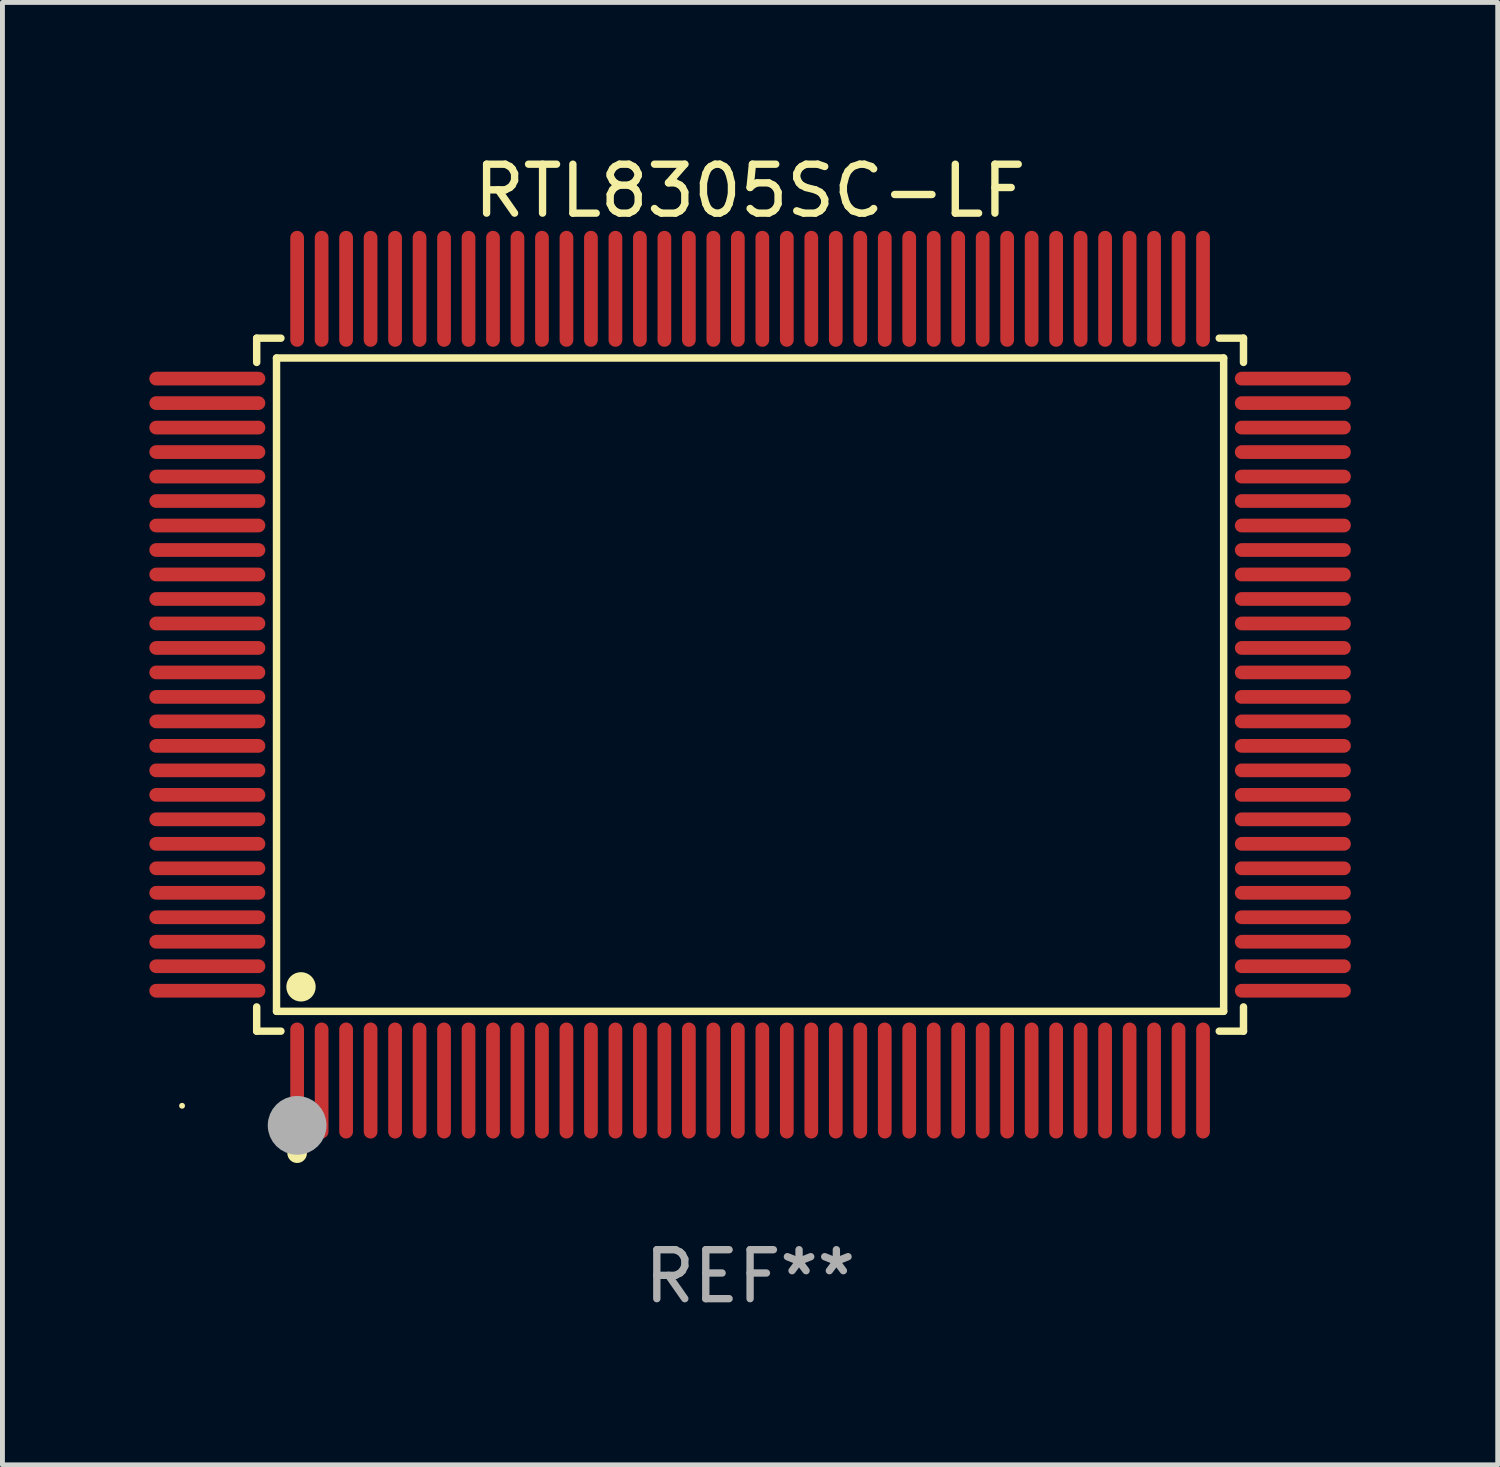
<source format=kicad_pcb>
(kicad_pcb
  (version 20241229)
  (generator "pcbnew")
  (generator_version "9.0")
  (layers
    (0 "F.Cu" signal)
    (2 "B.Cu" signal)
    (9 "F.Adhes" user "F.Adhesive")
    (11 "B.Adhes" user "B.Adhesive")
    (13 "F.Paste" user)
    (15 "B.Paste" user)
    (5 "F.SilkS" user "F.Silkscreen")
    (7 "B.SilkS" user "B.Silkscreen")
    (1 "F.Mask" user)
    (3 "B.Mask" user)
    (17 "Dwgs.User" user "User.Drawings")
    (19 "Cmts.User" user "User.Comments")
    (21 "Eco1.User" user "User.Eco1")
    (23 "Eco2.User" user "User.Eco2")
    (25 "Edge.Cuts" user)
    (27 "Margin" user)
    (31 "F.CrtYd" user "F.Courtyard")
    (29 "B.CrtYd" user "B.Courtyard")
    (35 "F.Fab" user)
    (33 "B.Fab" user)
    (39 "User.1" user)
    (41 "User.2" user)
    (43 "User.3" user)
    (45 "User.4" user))
  (footprint "RTL8305SC-LF"
    (layer "F.Cu")
    (at 12.268 10.932)
    (property "Reference" "RTL8305SC-LF" (at 0 -10.084 0) (layer "F.SilkS") (effects (font (size 1 1) (thickness 0.15))))
    (attr through_hole)
    (fp_line (start -10.076 -7.076) (end -9.581 -7.076) (stroke (width 0.152) (type solid)) (layer "F.SilkS"))
    (fp_line (start -10.076 -6.581) (end -10.076 -7.076) (stroke (width 0.152) (type solid)) (layer "F.SilkS"))
    (fp_line (start -10.076 6.581) (end -10.076 7.076) (stroke (width 0.152) (type solid)) (layer "F.SilkS"))
    (fp_line (start -10.076 7.076) (end -9.581 7.076) (stroke (width 0.152) (type solid)) (layer "F.SilkS"))
    (fp_line (start -9.671 -6.671) (end 9.671 -6.671) (stroke (width 0.152) (type solid)) (layer "F.SilkS"))
    (fp_line (start -9.671 6.671) (end -9.671 -6.671) (stroke (width 0.152) (type solid)) (layer "F.SilkS"))
    (fp_line (start 9.671 -6.671) (end 9.671 6.671) (stroke (width 0.152) (type solid)) (layer "F.SilkS"))
    (fp_line (start 9.671 6.671) (end -9.671 6.671) (stroke (width 0.152) (type solid)) (layer "F.SilkS"))
    (fp_line (start 10.076 -7.076) (end 9.581 -7.076) (stroke (width 0.152) (type solid)) (layer "F.SilkS"))
    (fp_line (start 10.076 -6.581) (end 10.076 -7.076) (stroke (width 0.152) (type solid)) (layer "F.SilkS"))
    (fp_line (start 10.076 6.581) (end 10.076 7.076) (stroke (width 0.152) (type solid)) (layer "F.SilkS"))
    (fp_line (start 10.076 7.076) (end 9.581 7.076) (stroke (width 0.152) (type solid)) (layer "F.SilkS"))
    (fp_circle (center -11.6 8.6) (end -11.57 8.6) (stroke (width 0.06) (type solid)) (fill no) (layer "F.SilkS"))
    (fp_circle (center -9.25 9.568) (end -9.15 9.568) (stroke (width 0.2) (type solid)) (fill no) (layer "F.SilkS"))
    (fp_circle (center -9.171 6.171) (end -9.021 6.171) (stroke (width 0.3) (type solid)) (fill no) (layer "F.SilkS"))
    (fp_circle (center -9.25 9) (end -8.95 9) (stroke (width 0.6) (type solid)) (fill no) (layer "F.Fab"))
    (fp_text user "REF**" (at 0 12.084 0) (layer "F.Fab") (effects (font (size 1 1) (thickness 0.15))))
    (pad "1" smd oval (at -9.25 8.084) (size 0.28 2.368) (layers "F.Cu" "F.Mask" "F.Paste"))
    (pad "2" smd oval (at -8.75 8.084) (size 0.28 2.368) (layers "F.Cu" "F.Mask" "F.Paste"))
    (pad "3" smd oval (at -8.25 8.084) (size 0.28 2.368) (layers "F.Cu" "F.Mask" "F.Paste"))
    (pad "4" smd oval (at -7.75 8.084) (size 0.28 2.368) (layers "F.Cu" "F.Mask" "F.Paste"))
    (pad "5" smd oval (at -7.25 8.084) (size 0.28 2.368) (layers "F.Cu" "F.Mask" "F.Paste"))
    (pad "6" smd oval (at -6.75 8.084) (size 0.28 2.368) (layers "F.Cu" "F.Mask" "F.Paste"))
    (pad "7" smd oval (at -6.25 8.084) (size 0.28 2.368) (layers "F.Cu" "F.Mask" "F.Paste"))
    (pad "8" smd oval (at -5.75 8.084) (size 0.28 2.368) (layers "F.Cu" "F.Mask" "F.Paste"))
    (pad "9" smd oval (at -5.25 8.084) (size 0.28 2.368) (layers "F.Cu" "F.Mask" "F.Paste"))
    (pad "10" smd oval (at -4.75 8.084) (size 0.28 2.368) (layers "F.Cu" "F.Mask" "F.Paste"))
    (pad "11" smd oval (at -4.25 8.084) (size 0.28 2.368) (layers "F.Cu" "F.Mask" "F.Paste"))
    (pad "12" smd oval (at -3.75 8.084) (size 0.28 2.368) (layers "F.Cu" "F.Mask" "F.Paste"))
    (pad "13" smd oval (at -3.25 8.084) (size 0.28 2.368) (layers "F.Cu" "F.Mask" "F.Paste"))
    (pad "14" smd oval (at -2.75 8.084) (size 0.28 2.368) (layers "F.Cu" "F.Mask" "F.Paste"))
    (pad "15" smd oval (at -2.25 8.084) (size 0.28 2.368) (layers "F.Cu" "F.Mask" "F.Paste"))
    (pad "16" smd oval (at -1.75 8.084) (size 0.28 2.368) (layers "F.Cu" "F.Mask" "F.Paste"))
    (pad "17" smd oval (at -1.25 8.084) (size 0.28 2.368) (layers "F.Cu" "F.Mask" "F.Paste"))
    (pad "18" smd oval (at -0.75 8.084) (size 0.28 2.368) (layers "F.Cu" "F.Mask" "F.Paste"))
    (pad "19" smd oval (at -0.25 8.084) (size 0.28 2.368) (layers "F.Cu" "F.Mask" "F.Paste"))
    (pad "20" smd oval (at 0.25 8.084) (size 0.28 2.368) (layers "F.Cu" "F.Mask" "F.Paste"))
    (pad "21" smd oval (at 0.75 8.084) (size 0.28 2.368) (layers "F.Cu" "F.Mask" "F.Paste"))
    (pad "22" smd oval (at 1.25 8.084) (size 0.28 2.368) (layers "F.Cu" "F.Mask" "F.Paste"))
    (pad "23" smd oval (at 1.75 8.084) (size 0.28 2.368) (layers "F.Cu" "F.Mask" "F.Paste"))
    (pad "24" smd oval (at 2.25 8.084) (size 0.28 2.368) (layers "F.Cu" "F.Mask" "F.Paste"))
    (pad "25" smd oval (at 2.75 8.084) (size 0.28 2.368) (layers "F.Cu" "F.Mask" "F.Paste"))
    (pad "26" smd oval (at 3.25 8.084) (size 0.28 2.368) (layers "F.Cu" "F.Mask" "F.Paste"))
    (pad "27" smd oval (at 3.75 8.084) (size 0.28 2.368) (layers "F.Cu" "F.Mask" "F.Paste"))
    (pad "28" smd oval (at 4.25 8.084) (size 0.28 2.368) (layers "F.Cu" "F.Mask" "F.Paste"))
    (pad "29" smd oval (at 4.75 8.084) (size 0.28 2.368) (layers "F.Cu" "F.Mask" "F.Paste"))
    (pad "30" smd oval (at 5.25 8.084) (size 0.28 2.368) (layers "F.Cu" "F.Mask" "F.Paste"))
    (pad "31" smd oval (at 5.75 8.084) (size 0.28 2.368) (layers "F.Cu" "F.Mask" "F.Paste"))
    (pad "32" smd oval (at 6.25 8.084) (size 0.28 2.368) (layers "F.Cu" "F.Mask" "F.Paste"))
    (pad "33" smd oval (at 6.75 8.084) (size 0.28 2.368) (layers "F.Cu" "F.Mask" "F.Paste"))
    (pad "34" smd oval (at 7.25 8.084) (size 0.28 2.368) (layers "F.Cu" "F.Mask" "F.Paste"))
    (pad "35" smd oval (at 7.75 8.084) (size 0.28 2.368) (layers "F.Cu" "F.Mask" "F.Paste"))
    (pad "36" smd oval (at 8.25 8.084) (size 0.28 2.368) (layers "F.Cu" "F.Mask" "F.Paste"))
    (pad "37" smd oval (at 8.75 8.084) (size 0.28 2.368) (layers "F.Cu" "F.Mask" "F.Paste"))
    (pad "38" smd oval (at 9.25 8.084) (size 0.28 2.368) (layers "F.Cu" "F.Mask" "F.Paste"))
    (pad "39" smd oval (at 11.084 6.25) (size 2.368 0.28) (layers "F.Cu" "F.Mask" "F.Paste"))
    (pad "40" smd oval (at 11.084 5.75) (size 2.368 0.28) (layers "F.Cu" "F.Mask" "F.Paste"))
    (pad "41" smd oval (at 11.084 5.25) (size 2.368 0.28) (layers "F.Cu" "F.Mask" "F.Paste"))
    (pad "42" smd oval (at 11.084 4.75) (size 2.368 0.28) (layers "F.Cu" "F.Mask" "F.Paste"))
    (pad "43" smd oval (at 11.084 4.25) (size 2.368 0.28) (layers "F.Cu" "F.Mask" "F.Paste"))
    (pad "44" smd oval (at 11.084 3.75) (size 2.368 0.28) (layers "F.Cu" "F.Mask" "F.Paste"))
    (pad "45" smd oval (at 11.084 3.25) (size 2.368 0.28) (layers "F.Cu" "F.Mask" "F.Paste"))
    (pad "46" smd oval (at 11.084 2.75) (size 2.368 0.28) (layers "F.Cu" "F.Mask" "F.Paste"))
    (pad "47" smd oval (at 11.084 2.25) (size 2.368 0.28) (layers "F.Cu" "F.Mask" "F.Paste"))
    (pad "48" smd oval (at 11.084 1.75) (size 2.368 0.28) (layers "F.Cu" "F.Mask" "F.Paste"))
    (pad "49" smd oval (at 11.084 1.25) (size 2.368 0.28) (layers "F.Cu" "F.Mask" "F.Paste"))
    (pad "50" smd oval (at 11.084 0.75) (size 2.368 0.28) (layers "F.Cu" "F.Mask" "F.Paste"))
    (pad "51" smd oval (at 11.084 0.25) (size 2.368 0.28) (layers "F.Cu" "F.Mask" "F.Paste"))
    (pad "52" smd oval (at 11.084 -0.25) (size 2.368 0.28) (layers "F.Cu" "F.Mask" "F.Paste"))
    (pad "53" smd oval (at 11.084 -0.75) (size 2.368 0.28) (layers "F.Cu" "F.Mask" "F.Paste"))
    (pad "54" smd oval (at 11.084 -1.25) (size 2.368 0.28) (layers "F.Cu" "F.Mask" "F.Paste"))
    (pad "55" smd oval (at 11.084 -1.75) (size 2.368 0.28) (layers "F.Cu" "F.Mask" "F.Paste"))
    (pad "56" smd oval (at 11.084 -2.25) (size 2.368 0.28) (layers "F.Cu" "F.Mask" "F.Paste"))
    (pad "57" smd oval (at 11.084 -2.75) (size 2.368 0.28) (layers "F.Cu" "F.Mask" "F.Paste"))
    (pad "58" smd oval (at 11.084 -3.25) (size 2.368 0.28) (layers "F.Cu" "F.Mask" "F.Paste"))
    (pad "59" smd oval (at 11.084 -3.75) (size 2.368 0.28) (layers "F.Cu" "F.Mask" "F.Paste"))
    (pad "60" smd oval (at 11.084 -4.25) (size 2.368 0.28) (layers "F.Cu" "F.Mask" "F.Paste"))
    (pad "61" smd oval (at 11.084 -4.75) (size 2.368 0.28) (layers "F.Cu" "F.Mask" "F.Paste"))
    (pad "62" smd oval (at 11.084 -5.25) (size 2.368 0.28) (layers "F.Cu" "F.Mask" "F.Paste"))
    (pad "63" smd oval (at 11.084 -5.75) (size 2.368 0.28) (layers "F.Cu" "F.Mask" "F.Paste"))
    (pad "64" smd oval (at 11.084 -6.25) (size 2.368 0.28) (layers "F.Cu" "F.Mask" "F.Paste"))
    (pad "65" smd oval (at 9.25 -8.084) (size 0.28 2.368) (layers "F.Cu" "F.Mask" "F.Paste"))
    (pad "66" smd oval (at 8.75 -8.084) (size 0.28 2.368) (layers "F.Cu" "F.Mask" "F.Paste"))
    (pad "67" smd oval (at 8.25 -8.084) (size 0.28 2.368) (layers "F.Cu" "F.Mask" "F.Paste"))
    (pad "68" smd oval (at 7.75 -8.084) (size 0.28 2.368) (layers "F.Cu" "F.Mask" "F.Paste"))
    (pad "69" smd oval (at 7.25 -8.084) (size 0.28 2.368) (layers "F.Cu" "F.Mask" "F.Paste"))
    (pad "70" smd oval (at 6.75 -8.084) (size 0.28 2.368) (layers "F.Cu" "F.Mask" "F.Paste"))
    (pad "71" smd oval (at 6.25 -8.084) (size 0.28 2.368) (layers "F.Cu" "F.Mask" "F.Paste"))
    (pad "72" smd oval (at 5.75 -8.084) (size 0.28 2.368) (layers "F.Cu" "F.Mask" "F.Paste"))
    (pad "73" smd oval (at 5.25 -8.084) (size 0.28 2.368) (layers "F.Cu" "F.Mask" "F.Paste"))
    (pad "74" smd oval (at 4.75 -8.084) (size 0.28 2.368) (layers "F.Cu" "F.Mask" "F.Paste"))
    (pad "75" smd oval (at 4.25 -8.084) (size 0.28 2.368) (layers "F.Cu" "F.Mask" "F.Paste"))
    (pad "76" smd oval (at 3.75 -8.084) (size 0.28 2.368) (layers "F.Cu" "F.Mask" "F.Paste"))
    (pad "77" smd oval (at 3.25 -8.084) (size 0.28 2.368) (layers "F.Cu" "F.Mask" "F.Paste"))
    (pad "78" smd oval (at 2.75 -8.084) (size 0.28 2.368) (layers "F.Cu" "F.Mask" "F.Paste"))
    (pad "79" smd oval (at 2.25 -8.084) (size 0.28 2.368) (layers "F.Cu" "F.Mask" "F.Paste"))
    (pad "80" smd oval (at 1.75 -8.084) (size 0.28 2.368) (layers "F.Cu" "F.Mask" "F.Paste"))
    (pad "81" smd oval (at 1.25 -8.084) (size 0.28 2.368) (layers "F.Cu" "F.Mask" "F.Paste"))
    (pad "82" smd oval (at 0.75 -8.084) (size 0.28 2.368) (layers "F.Cu" "F.Mask" "F.Paste"))
    (pad "83" smd oval (at 0.25 -8.084) (size 0.28 2.368) (layers "F.Cu" "F.Mask" "F.Paste"))
    (pad "84" smd oval (at -0.25 -8.084) (size 0.28 2.368) (layers "F.Cu" "F.Mask" "F.Paste"))
    (pad "85" smd oval (at -0.75 -8.084) (size 0.28 2.368) (layers "F.Cu" "F.Mask" "F.Paste"))
    (pad "86" smd oval (at -1.25 -8.084) (size 0.28 2.368) (layers "F.Cu" "F.Mask" "F.Paste"))
    (pad "87" smd oval (at -1.75 -8.084) (size 0.28 2.368) (layers "F.Cu" "F.Mask" "F.Paste"))
    (pad "88" smd oval (at -2.25 -8.084) (size 0.28 2.368) (layers "F.Cu" "F.Mask" "F.Paste"))
    (pad "89" smd oval (at -2.75 -8.084) (size 0.28 2.368) (layers "F.Cu" "F.Mask" "F.Paste"))
    (pad "90" smd oval (at -3.25 -8.084) (size 0.28 2.368) (layers "F.Cu" "F.Mask" "F.Paste"))
    (pad "91" smd oval (at -3.75 -8.084) (size 0.28 2.368) (layers "F.Cu" "F.Mask" "F.Paste"))
    (pad "92" smd oval (at -4.25 -8.084) (size 0.28 2.368) (layers "F.Cu" "F.Mask" "F.Paste"))
    (pad "93" smd oval (at -4.75 -8.084) (size 0.28 2.368) (layers "F.Cu" "F.Mask" "F.Paste"))
    (pad "94" smd oval (at -5.25 -8.084) (size 0.28 2.368) (layers "F.Cu" "F.Mask" "F.Paste"))
    (pad "95" smd oval (at -5.75 -8.084) (size 0.28 2.368) (layers "F.Cu" "F.Mask" "F.Paste"))
    (pad "96" smd oval (at -6.25 -8.084) (size 0.28 2.368) (layers "F.Cu" "F.Mask" "F.Paste"))
    (pad "97" smd oval (at -6.75 -8.084) (size 0.28 2.368) (layers "F.Cu" "F.Mask" "F.Paste"))
    (pad "98" smd oval (at -7.25 -8.084) (size 0.28 2.368) (layers "F.Cu" "F.Mask" "F.Paste"))
    (pad "99" smd oval (at -7.75 -8.084) (size 0.28 2.368) (layers "F.Cu" "F.Mask" "F.Paste"))
    (pad "100" smd oval (at -8.25 -8.084) (size 0.28 2.368) (layers "F.Cu" "F.Mask" "F.Paste"))
    (pad "101" smd oval (at -8.75 -8.084) (size 0.28 2.368) (layers "F.Cu" "F.Mask" "F.Paste"))
    (pad "102" smd oval (at -9.25 -8.084) (size 0.28 2.368) (layers "F.Cu" "F.Mask" "F.Paste"))
    (pad "103" smd oval (at -11.084 -6.25) (size 2.368 0.28) (layers "F.Cu" "F.Mask" "F.Paste"))
    (pad "104" smd oval (at -11.084 -5.75) (size 2.368 0.28) (layers "F.Cu" "F.Mask" "F.Paste"))
    (pad "105" smd oval (at -11.084 -5.25) (size 2.368 0.28) (layers "F.Cu" "F.Mask" "F.Paste"))
    (pad "106" smd oval (at -11.084 -4.75) (size 2.368 0.28) (layers "F.Cu" "F.Mask" "F.Paste"))
    (pad "107" smd oval (at -11.084 -4.25) (size 2.368 0.28) (layers "F.Cu" "F.Mask" "F.Paste"))
    (pad "108" smd oval (at -11.084 -3.75) (size 2.368 0.28) (layers "F.Cu" "F.Mask" "F.Paste"))
    (pad "109" smd oval (at -11.084 -3.25) (size 2.368 0.28) (layers "F.Cu" "F.Mask" "F.Paste"))
    (pad "110" smd oval (at -11.084 -2.75) (size 2.368 0.28) (layers "F.Cu" "F.Mask" "F.Paste"))
    (pad "111" smd oval (at -11.084 -2.25) (size 2.368 0.28) (layers "F.Cu" "F.Mask" "F.Paste"))
    (pad "112" smd oval (at -11.084 -1.75) (size 2.368 0.28) (layers "F.Cu" "F.Mask" "F.Paste"))
    (pad "113" smd oval (at -11.084 -1.25) (size 2.368 0.28) (layers "F.Cu" "F.Mask" "F.Paste"))
    (pad "114" smd oval (at -11.084 -0.75) (size 2.368 0.28) (layers "F.Cu" "F.Mask" "F.Paste"))
    (pad "115" smd oval (at -11.084 -0.25) (size 2.368 0.28) (layers "F.Cu" "F.Mask" "F.Paste"))
    (pad "116" smd oval (at -11.084 0.25) (size 2.368 0.28) (layers "F.Cu" "F.Mask" "F.Paste"))
    (pad "117" smd oval (at -11.084 0.75) (size 2.368 0.28) (layers "F.Cu" "F.Mask" "F.Paste"))
    (pad "118" smd oval (at -11.084 1.25) (size 2.368 0.28) (layers "F.Cu" "F.Mask" "F.Paste"))
    (pad "119" smd oval (at -11.084 1.75) (size 2.368 0.28) (layers "F.Cu" "F.Mask" "F.Paste"))
    (pad "120" smd oval (at -11.084 2.25) (size 2.368 0.28) (layers "F.Cu" "F.Mask" "F.Paste"))
    (pad "121" smd oval (at -11.084 2.75) (size 2.368 0.28) (layers "F.Cu" "F.Mask" "F.Paste"))
    (pad "122" smd oval (at -11.084 3.25) (size 2.368 0.28) (layers "F.Cu" "F.Mask" "F.Paste"))
    (pad "123" smd oval (at -11.084 3.75) (size 2.368 0.28) (layers "F.Cu" "F.Mask" "F.Paste"))
    (pad "124" smd oval (at -11.084 4.25) (size 2.368 0.28) (layers "F.Cu" "F.Mask" "F.Paste"))
    (pad "125" smd oval (at -11.084 4.75) (size 2.368 0.28) (layers "F.Cu" "F.Mask" "F.Paste"))
    (pad "126" smd oval (at -11.084 5.25) (size 2.368 0.28) (layers "F.Cu" "F.Mask" "F.Paste"))
    (pad "127" smd oval (at -11.084 5.75) (size 2.368 0.28) (layers "F.Cu" "F.Mask" "F.Paste"))
    (pad "128" smd oval (at -11.084 6.25) (size 2.368 0.28) (layers "F.Cu" "F.Mask" "F.Paste")))
  (gr_rect
    (start -3 -3)
    (end 27.536 26.865)
    (stroke (width 0.1) (type default))
    (fill no)
    (layer "Edge.Cuts")))
</source>
